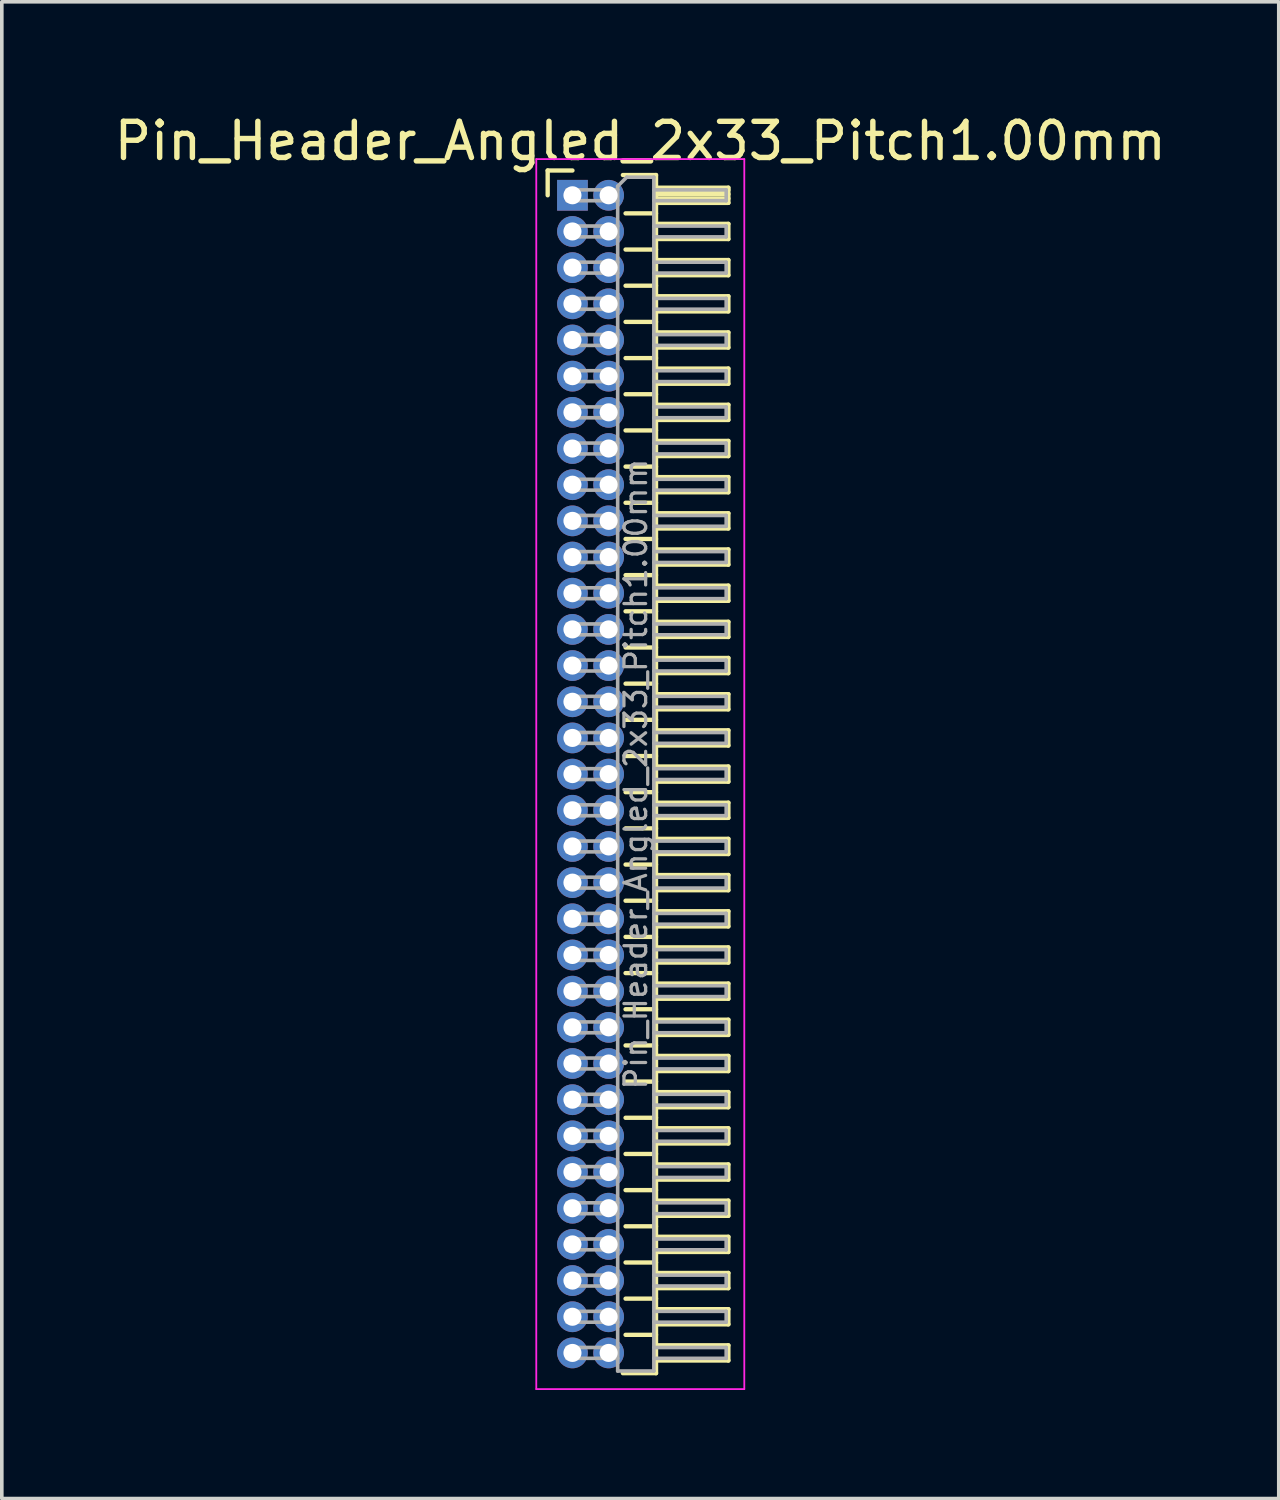
<source format=kicad_pcb>
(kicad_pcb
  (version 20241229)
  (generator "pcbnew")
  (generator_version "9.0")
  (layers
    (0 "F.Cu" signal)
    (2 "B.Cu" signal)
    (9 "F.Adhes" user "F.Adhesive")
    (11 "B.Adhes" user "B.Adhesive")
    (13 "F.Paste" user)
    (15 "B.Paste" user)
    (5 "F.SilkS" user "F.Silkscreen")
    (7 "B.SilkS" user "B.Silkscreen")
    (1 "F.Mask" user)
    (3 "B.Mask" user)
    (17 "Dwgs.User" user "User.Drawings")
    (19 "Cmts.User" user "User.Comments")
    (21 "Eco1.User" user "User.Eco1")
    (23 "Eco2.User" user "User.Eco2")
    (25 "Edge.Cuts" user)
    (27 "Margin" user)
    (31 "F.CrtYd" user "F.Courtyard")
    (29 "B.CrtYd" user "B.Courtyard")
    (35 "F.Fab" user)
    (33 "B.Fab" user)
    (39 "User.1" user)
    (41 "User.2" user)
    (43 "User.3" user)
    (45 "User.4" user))
  (footprint "Pin_Header_Angled_2x33_Pitch1.00mm"
    (layer "F.Cu")
    (at 12.774 2.348)
    (property "Reference" "Pin_Header_Angled_2x33_Pitch1.00mm" (at 1.875 -1.5 0) (layer "F.SilkS") (effects (font (size 1 1) (thickness 0.15))))
    (attr through_hole)
    (fp_line (start -0.685 -0.685) (end 0 -0.685) (stroke (width 0.12) (type solid)) (layer "F.SilkS"))
    (fp_line (start -0.685 0) (end -0.685 -0.685) (stroke (width 0.12) (type solid)) (layer "F.SilkS"))
    (fp_line (start 1.394 -0.56) (end 2.31 -0.56) (stroke (width 0.12) (type solid)) (layer "F.SilkS"))
    (fp_line (start 1.468 0.5) (end 2.31 0.5) (stroke (width 0.12) (type solid)) (layer "F.SilkS"))
    (fp_line (start 1.468 1.5) (end 2.31 1.5) (stroke (width 0.12) (type solid)) (layer "F.SilkS"))
    (fp_line (start 1.468 2.5) (end 2.31 2.5) (stroke (width 0.12) (type solid)) (layer "F.SilkS"))
    (fp_line (start 1.468 3.5) (end 2.31 3.5) (stroke (width 0.12) (type solid)) (layer "F.SilkS"))
    (fp_line (start 1.468 4.5) (end 2.31 4.5) (stroke (width 0.12) (type solid)) (layer "F.SilkS"))
    (fp_line (start 1.468 5.5) (end 2.31 5.5) (stroke (width 0.12) (type solid)) (layer "F.SilkS"))
    (fp_line (start 1.468 6.5) (end 2.31 6.5) (stroke (width 0.12) (type solid)) (layer "F.SilkS"))
    (fp_line (start 1.468 7.5) (end 2.31 7.5) (stroke (width 0.12) (type solid)) (layer "F.SilkS"))
    (fp_line (start 1.468 8.5) (end 2.31 8.5) (stroke (width 0.12) (type solid)) (layer "F.SilkS"))
    (fp_line (start 1.468 9.5) (end 2.31 9.5) (stroke (width 0.12) (type solid)) (layer "F.SilkS"))
    (fp_line (start 1.468 10.5) (end 2.31 10.5) (stroke (width 0.12) (type solid)) (layer "F.SilkS"))
    (fp_line (start 1.468 11.5) (end 2.31 11.5) (stroke (width 0.12) (type solid)) (layer "F.SilkS"))
    (fp_line (start 1.468 12.5) (end 2.31 12.5) (stroke (width 0.12) (type solid)) (layer "F.SilkS"))
    (fp_line (start 1.468 13.5) (end 2.31 13.5) (stroke (width 0.12) (type solid)) (layer "F.SilkS"))
    (fp_line (start 1.468 14.5) (end 2.31 14.5) (stroke (width 0.12) (type solid)) (layer "F.SilkS"))
    (fp_line (start 1.468 15.5) (end 2.31 15.5) (stroke (width 0.12) (type solid)) (layer "F.SilkS"))
    (fp_line (start 1.468 16.5) (end 2.31 16.5) (stroke (width 0.12) (type solid)) (layer "F.SilkS"))
    (fp_line (start 1.468 17.5) (end 2.31 17.5) (stroke (width 0.12) (type solid)) (layer "F.SilkS"))
    (fp_line (start 1.468 18.5) (end 2.31 18.5) (stroke (width 0.12) (type solid)) (layer "F.SilkS"))
    (fp_line (start 1.468 19.5) (end 2.31 19.5) (stroke (width 0.12) (type solid)) (layer "F.SilkS"))
    (fp_line (start 1.468 20.5) (end 2.31 20.5) (stroke (width 0.12) (type solid)) (layer "F.SilkS"))
    (fp_line (start 1.468 21.5) (end 2.31 21.5) (stroke (width 0.12) (type solid)) (layer "F.SilkS"))
    (fp_line (start 1.468 22.5) (end 2.31 22.5) (stroke (width 0.12) (type solid)) (layer "F.SilkS"))
    (fp_line (start 1.468 23.5) (end 2.31 23.5) (stroke (width 0.12) (type solid)) (layer "F.SilkS"))
    (fp_line (start 1.468 24.5) (end 2.31 24.5) (stroke (width 0.12) (type solid)) (layer "F.SilkS"))
    (fp_line (start 1.468 25.5) (end 2.31 25.5) (stroke (width 0.12) (type solid)) (layer "F.SilkS"))
    (fp_line (start 1.468 26.5) (end 2.31 26.5) (stroke (width 0.12) (type solid)) (layer "F.SilkS"))
    (fp_line (start 1.468 27.5) (end 2.31 27.5) (stroke (width 0.12) (type solid)) (layer "F.SilkS"))
    (fp_line (start 1.468 28.5) (end 2.31 28.5) (stroke (width 0.12) (type solid)) (layer "F.SilkS"))
    (fp_line (start 1.468 29.5) (end 2.31 29.5) (stroke (width 0.12) (type solid)) (layer "F.SilkS"))
    (fp_line (start 1.468 30.5) (end 2.31 30.5) (stroke (width 0.12) (type solid)) (layer "F.SilkS"))
    (fp_line (start 1.468 31.5) (end 2.31 31.5) (stroke (width 0.12) (type solid)) (layer "F.SilkS"))
    (fp_line (start 2.31 -0.56) (end 2.31 32.56) (stroke (width 0.12) (type solid)) (layer "F.SilkS"))
    (fp_line (start 2.31 -0.21) (end 4.31 -0.21) (stroke (width 0.12) (type solid)) (layer "F.SilkS"))
    (fp_line (start 2.31 -0.15) (end 4.31 -0.15) (stroke (width 0.12) (type solid)) (layer "F.SilkS"))
    (fp_line (start 2.31 -0.03) (end 4.31 -0.03) (stroke (width 0.12) (type solid)) (layer "F.SilkS"))
    (fp_line (start 2.31 0.09) (end 4.31 0.09) (stroke (width 0.12) (type solid)) (layer "F.SilkS"))
    (fp_line (start 2.31 0.79) (end 4.31 0.79) (stroke (width 0.12) (type solid)) (layer "F.SilkS"))
    (fp_line (start 2.31 1.79) (end 4.31 1.79) (stroke (width 0.12) (type solid)) (layer "F.SilkS"))
    (fp_line (start 2.31 2.79) (end 4.31 2.79) (stroke (width 0.12) (type solid)) (layer "F.SilkS"))
    (fp_line (start 2.31 3.79) (end 4.31 3.79) (stroke (width 0.12) (type solid)) (layer "F.SilkS"))
    (fp_line (start 2.31 4.79) (end 4.31 4.79) (stroke (width 0.12) (type solid)) (layer "F.SilkS"))
    (fp_line (start 2.31 5.79) (end 4.31 5.79) (stroke (width 0.12) (type solid)) (layer "F.SilkS"))
    (fp_line (start 2.31 6.79) (end 4.31 6.79) (stroke (width 0.12) (type solid)) (layer "F.SilkS"))
    (fp_line (start 2.31 7.79) (end 4.31 7.79) (stroke (width 0.12) (type solid)) (layer "F.SilkS"))
    (fp_line (start 2.31 8.79) (end 4.31 8.79) (stroke (width 0.12) (type solid)) (layer "F.SilkS"))
    (fp_line (start 2.31 9.79) (end 4.31 9.79) (stroke (width 0.12) (type solid)) (layer "F.SilkS"))
    (fp_line (start 2.31 10.79) (end 4.31 10.79) (stroke (width 0.12) (type solid)) (layer "F.SilkS"))
    (fp_line (start 2.31 11.79) (end 4.31 11.79) (stroke (width 0.12) (type solid)) (layer "F.SilkS"))
    (fp_line (start 2.31 12.79) (end 4.31 12.79) (stroke (width 0.12) (type solid)) (layer "F.SilkS"))
    (fp_line (start 2.31 13.79) (end 4.31 13.79) (stroke (width 0.12) (type solid)) (layer "F.SilkS"))
    (fp_line (start 2.31 14.79) (end 4.31 14.79) (stroke (width 0.12) (type solid)) (layer "F.SilkS"))
    (fp_line (start 2.31 15.79) (end 4.31 15.79) (stroke (width 0.12) (type solid)) (layer "F.SilkS"))
    (fp_line (start 2.31 16.79) (end 4.31 16.79) (stroke (width 0.12) (type solid)) (layer "F.SilkS"))
    (fp_line (start 2.31 17.79) (end 4.31 17.79) (stroke (width 0.12) (type solid)) (layer "F.SilkS"))
    (fp_line (start 2.31 18.79) (end 4.31 18.79) (stroke (width 0.12) (type solid)) (layer "F.SilkS"))
    (fp_line (start 2.31 19.79) (end 4.31 19.79) (stroke (width 0.12) (type solid)) (layer "F.SilkS"))
    (fp_line (start 2.31 20.79) (end 4.31 20.79) (stroke (width 0.12) (type solid)) (layer "F.SilkS"))
    (fp_line (start 2.31 21.79) (end 4.31 21.79) (stroke (width 0.12) (type solid)) (layer "F.SilkS"))
    (fp_line (start 2.31 22.79) (end 4.31 22.79) (stroke (width 0.12) (type solid)) (layer "F.SilkS"))
    (fp_line (start 2.31 23.79) (end 4.31 23.79) (stroke (width 0.12) (type solid)) (layer "F.SilkS"))
    (fp_line (start 2.31 24.79) (end 4.31 24.79) (stroke (width 0.12) (type solid)) (layer "F.SilkS"))
    (fp_line (start 2.31 25.79) (end 4.31 25.79) (stroke (width 0.12) (type solid)) (layer "F.SilkS"))
    (fp_line (start 2.31 26.79) (end 4.31 26.79) (stroke (width 0.12) (type solid)) (layer "F.SilkS"))
    (fp_line (start 2.31 27.79) (end 4.31 27.79) (stroke (width 0.12) (type solid)) (layer "F.SilkS"))
    (fp_line (start 2.31 28.79) (end 4.31 28.79) (stroke (width 0.12) (type solid)) (layer "F.SilkS"))
    (fp_line (start 2.31 29.79) (end 4.31 29.79) (stroke (width 0.12) (type solid)) (layer "F.SilkS"))
    (fp_line (start 2.31 30.79) (end 4.31 30.79) (stroke (width 0.12) (type solid)) (layer "F.SilkS"))
    (fp_line (start 2.31 31.79) (end 4.31 31.79) (stroke (width 0.12) (type solid)) (layer "F.SilkS"))
    (fp_line (start 2.31 32.56) (end 1.394 32.56) (stroke (width 0.12) (type solid)) (layer "F.SilkS"))
    (fp_line (start 4.31 -0.21) (end 4.31 0.21) (stroke (width 0.12) (type solid)) (layer "F.SilkS"))
    (fp_line (start 4.31 0.21) (end 2.31 0.21) (stroke (width 0.12) (type solid)) (layer "F.SilkS"))
    (fp_line (start 4.31 0.79) (end 4.31 1.21) (stroke (width 0.12) (type solid)) (layer "F.SilkS"))
    (fp_line (start 4.31 1.21) (end 2.31 1.21) (stroke (width 0.12) (type solid)) (layer "F.SilkS"))
    (fp_line (start 4.31 1.79) (end 4.31 2.21) (stroke (width 0.12) (type solid)) (layer "F.SilkS"))
    (fp_line (start 4.31 2.21) (end 2.31 2.21) (stroke (width 0.12) (type solid)) (layer "F.SilkS"))
    (fp_line (start 4.31 2.79) (end 4.31 3.21) (stroke (width 0.12) (type solid)) (layer "F.SilkS"))
    (fp_line (start 4.31 3.21) (end 2.31 3.21) (stroke (width 0.12) (type solid)) (layer "F.SilkS"))
    (fp_line (start 4.31 3.79) (end 4.31 4.21) (stroke (width 0.12) (type solid)) (layer "F.SilkS"))
    (fp_line (start 4.31 4.21) (end 2.31 4.21) (stroke (width 0.12) (type solid)) (layer "F.SilkS"))
    (fp_line (start 4.31 4.79) (end 4.31 5.21) (stroke (width 0.12) (type solid)) (layer "F.SilkS"))
    (fp_line (start 4.31 5.21) (end 2.31 5.21) (stroke (width 0.12) (type solid)) (layer "F.SilkS"))
    (fp_line (start 4.31 5.79) (end 4.31 6.21) (stroke (width 0.12) (type solid)) (layer "F.SilkS"))
    (fp_line (start 4.31 6.21) (end 2.31 6.21) (stroke (width 0.12) (type solid)) (layer "F.SilkS"))
    (fp_line (start 4.31 6.79) (end 4.31 7.21) (stroke (width 0.12) (type solid)) (layer "F.SilkS"))
    (fp_line (start 4.31 7.21) (end 2.31 7.21) (stroke (width 0.12) (type solid)) (layer "F.SilkS"))
    (fp_line (start 4.31 7.79) (end 4.31 8.21) (stroke (width 0.12) (type solid)) (layer "F.SilkS"))
    (fp_line (start 4.31 8.21) (end 2.31 8.21) (stroke (width 0.12) (type solid)) (layer "F.SilkS"))
    (fp_line (start 4.31 8.79) (end 4.31 9.21) (stroke (width 0.12) (type solid)) (layer "F.SilkS"))
    (fp_line (start 4.31 9.21) (end 2.31 9.21) (stroke (width 0.12) (type solid)) (layer "F.SilkS"))
    (fp_line (start 4.31 9.79) (end 4.31 10.21) (stroke (width 0.12) (type solid)) (layer "F.SilkS"))
    (fp_line (start 4.31 10.21) (end 2.31 10.21) (stroke (width 0.12) (type solid)) (layer "F.SilkS"))
    (fp_line (start 4.31 10.79) (end 4.31 11.21) (stroke (width 0.12) (type solid)) (layer "F.SilkS"))
    (fp_line (start 4.31 11.21) (end 2.31 11.21) (stroke (width 0.12) (type solid)) (layer "F.SilkS"))
    (fp_line (start 4.31 11.79) (end 4.31 12.21) (stroke (width 0.12) (type solid)) (layer "F.SilkS"))
    (fp_line (start 4.31 12.21) (end 2.31 12.21) (stroke (width 0.12) (type solid)) (layer "F.SilkS"))
    (fp_line (start 4.31 12.79) (end 4.31 13.21) (stroke (width 0.12) (type solid)) (layer "F.SilkS"))
    (fp_line (start 4.31 13.21) (end 2.31 13.21) (stroke (width 0.12) (type solid)) (layer "F.SilkS"))
    (fp_line (start 4.31 13.79) (end 4.31 14.21) (stroke (width 0.12) (type solid)) (layer "F.SilkS"))
    (fp_line (start 4.31 14.21) (end 2.31 14.21) (stroke (width 0.12) (type solid)) (layer "F.SilkS"))
    (fp_line (start 4.31 14.79) (end 4.31 15.21) (stroke (width 0.12) (type solid)) (layer "F.SilkS"))
    (fp_line (start 4.31 15.21) (end 2.31 15.21) (stroke (width 0.12) (type solid)) (layer "F.SilkS"))
    (fp_line (start 4.31 15.79) (end 4.31 16.21) (stroke (width 0.12) (type solid)) (layer "F.SilkS"))
    (fp_line (start 4.31 16.21) (end 2.31 16.21) (stroke (width 0.12) (type solid)) (layer "F.SilkS"))
    (fp_line (start 4.31 16.79) (end 4.31 17.21) (stroke (width 0.12) (type solid)) (layer "F.SilkS"))
    (fp_line (start 4.31 17.21) (end 2.31 17.21) (stroke (width 0.12) (type solid)) (layer "F.SilkS"))
    (fp_line (start 4.31 17.79) (end 4.31 18.21) (stroke (width 0.12) (type solid)) (layer "F.SilkS"))
    (fp_line (start 4.31 18.21) (end 2.31 18.21) (stroke (width 0.12) (type solid)) (layer "F.SilkS"))
    (fp_line (start 4.31 18.79) (end 4.31 19.21) (stroke (width 0.12) (type solid)) (layer "F.SilkS"))
    (fp_line (start 4.31 19.21) (end 2.31 19.21) (stroke (width 0.12) (type solid)) (layer "F.SilkS"))
    (fp_line (start 4.31 19.79) (end 4.31 20.21) (stroke (width 0.12) (type solid)) (layer "F.SilkS"))
    (fp_line (start 4.31 20.21) (end 2.31 20.21) (stroke (width 0.12) (type solid)) (layer "F.SilkS"))
    (fp_line (start 4.31 20.79) (end 4.31 21.21) (stroke (width 0.12) (type solid)) (layer "F.SilkS"))
    (fp_line (start 4.31 21.21) (end 2.31 21.21) (stroke (width 0.12) (type solid)) (layer "F.SilkS"))
    (fp_line (start 4.31 21.79) (end 4.31 22.21) (stroke (width 0.12) (type solid)) (layer "F.SilkS"))
    (fp_line (start 4.31 22.21) (end 2.31 22.21) (stroke (width 0.12) (type solid)) (layer "F.SilkS"))
    (fp_line (start 4.31 22.79) (end 4.31 23.21) (stroke (width 0.12) (type solid)) (layer "F.SilkS"))
    (fp_line (start 4.31 23.21) (end 2.31 23.21) (stroke (width 0.12) (type solid)) (layer "F.SilkS"))
    (fp_line (start 4.31 23.79) (end 4.31 24.21) (stroke (width 0.12) (type solid)) (layer "F.SilkS"))
    (fp_line (start 4.31 24.21) (end 2.31 24.21) (stroke (width 0.12) (type solid)) (layer "F.SilkS"))
    (fp_line (start 4.31 24.79) (end 4.31 25.21) (stroke (width 0.12) (type solid)) (layer "F.SilkS"))
    (fp_line (start 4.31 25.21) (end 2.31 25.21) (stroke (width 0.12) (type solid)) (layer "F.SilkS"))
    (fp_line (start 4.31 25.79) (end 4.31 26.21) (stroke (width 0.12) (type solid)) (layer "F.SilkS"))
    (fp_line (start 4.31 26.21) (end 2.31 26.21) (stroke (width 0.12) (type solid)) (layer "F.SilkS"))
    (fp_line (start 4.31 26.79) (end 4.31 27.21) (stroke (width 0.12) (type solid)) (layer "F.SilkS"))
    (fp_line (start 4.31 27.21) (end 2.31 27.21) (stroke (width 0.12) (type solid)) (layer "F.SilkS"))
    (fp_line (start 4.31 27.79) (end 4.31 28.21) (stroke (width 0.12) (type solid)) (layer "F.SilkS"))
    (fp_line (start 4.31 28.21) (end 2.31 28.21) (stroke (width 0.12) (type solid)) (layer "F.SilkS"))
    (fp_line (start 4.31 28.79) (end 4.31 29.21) (stroke (width 0.12) (type solid)) (layer "F.SilkS"))
    (fp_line (start 4.31 29.21) (end 2.31 29.21) (stroke (width 0.12) (type solid)) (layer "F.SilkS"))
    (fp_line (start 4.31 29.79) (end 4.31 30.21) (stroke (width 0.12) (type solid)) (layer "F.SilkS"))
    (fp_line (start 4.31 30.21) (end 2.31 30.21) (stroke (width 0.12) (type solid)) (layer "F.SilkS"))
    (fp_line (start 4.31 30.79) (end 4.31 31.21) (stroke (width 0.12) (type solid)) (layer "F.SilkS"))
    (fp_line (start 4.31 31.21) (end 2.31 31.21) (stroke (width 0.12) (type solid)) (layer "F.SilkS"))
    (fp_line (start 4.31 31.79) (end 4.31 32.21) (stroke (width 0.12) (type solid)) (layer "F.SilkS"))
    (fp_line (start 4.31 32.21) (end 2.31 32.21) (stroke (width 0.12) (type solid)) (layer "F.SilkS"))
    (fp_line (start -1 -1) (end -1 33) (stroke (width 0.05) (type solid)) (layer "F.CrtYd"))
    (fp_line (start -1 33) (end 4.75 33) (stroke (width 0.05) (type solid)) (layer "F.CrtYd"))
    (fp_line (start 4.75 -1) (end -1 -1) (stroke (width 0.05) (type solid)) (layer "F.CrtYd"))
    (fp_line (start 4.75 33) (end 4.75 -1) (stroke (width 0.05) (type solid)) (layer "F.CrtYd"))
    (fp_line (start -0.15 -0.15) (end -0.15 0.15) (stroke (width 0.1) (type solid)) (layer "F.Fab"))
    (fp_line (start -0.15 -0.15) (end 1.25 -0.15) (stroke (width 0.1) (type solid)) (layer "F.Fab"))
    (fp_line (start -0.15 0.15) (end 1.25 0.15) (stroke (width 0.1) (type solid)) (layer "F.Fab"))
    (fp_line (start -0.15 0.85) (end -0.15 1.15) (stroke (width 0.1) (type solid)) (layer "F.Fab"))
    (fp_line (start -0.15 0.85) (end 1.25 0.85) (stroke (width 0.1) (type solid)) (layer "F.Fab"))
    (fp_line (start -0.15 1.15) (end 1.25 1.15) (stroke (width 0.1) (type solid)) (layer "F.Fab"))
    (fp_line (start -0.15 1.85) (end -0.15 2.15) (stroke (width 0.1) (type solid)) (layer "F.Fab"))
    (fp_line (start -0.15 1.85) (end 1.25 1.85) (stroke (width 0.1) (type solid)) (layer "F.Fab"))
    (fp_line (start -0.15 2.15) (end 1.25 2.15) (stroke (width 0.1) (type solid)) (layer "F.Fab"))
    (fp_line (start -0.15 2.85) (end -0.15 3.15) (stroke (width 0.1) (type solid)) (layer "F.Fab"))
    (fp_line (start -0.15 2.85) (end 1.25 2.85) (stroke (width 0.1) (type solid)) (layer "F.Fab"))
    (fp_line (start -0.15 3.15) (end 1.25 3.15) (stroke (width 0.1) (type solid)) (layer "F.Fab"))
    (fp_line (start -0.15 3.85) (end -0.15 4.15) (stroke (width 0.1) (type solid)) (layer "F.Fab"))
    (fp_line (start -0.15 3.85) (end 1.25 3.85) (stroke (width 0.1) (type solid)) (layer "F.Fab"))
    (fp_line (start -0.15 4.15) (end 1.25 4.15) (stroke (width 0.1) (type solid)) (layer "F.Fab"))
    (fp_line (start -0.15 4.85) (end -0.15 5.15) (stroke (width 0.1) (type solid)) (layer "F.Fab"))
    (fp_line (start -0.15 4.85) (end 1.25 4.85) (stroke (width 0.1) (type solid)) (layer "F.Fab"))
    (fp_line (start -0.15 5.15) (end 1.25 5.15) (stroke (width 0.1) (type solid)) (layer "F.Fab"))
    (fp_line (start -0.15 5.85) (end -0.15 6.15) (stroke (width 0.1) (type solid)) (layer "F.Fab"))
    (fp_line (start -0.15 5.85) (end 1.25 5.85) (stroke (width 0.1) (type solid)) (layer "F.Fab"))
    (fp_line (start -0.15 6.15) (end 1.25 6.15) (stroke (width 0.1) (type solid)) (layer "F.Fab"))
    (fp_line (start -0.15 6.85) (end -0.15 7.15) (stroke (width 0.1) (type solid)) (layer "F.Fab"))
    (fp_line (start -0.15 6.85) (end 1.25 6.85) (stroke (width 0.1) (type solid)) (layer "F.Fab"))
    (fp_line (start -0.15 7.15) (end 1.25 7.15) (stroke (width 0.1) (type solid)) (layer "F.Fab"))
    (fp_line (start -0.15 7.85) (end -0.15 8.15) (stroke (width 0.1) (type solid)) (layer "F.Fab"))
    (fp_line (start -0.15 7.85) (end 1.25 7.85) (stroke (width 0.1) (type solid)) (layer "F.Fab"))
    (fp_line (start -0.15 8.15) (end 1.25 8.15) (stroke (width 0.1) (type solid)) (layer "F.Fab"))
    (fp_line (start -0.15 8.85) (end -0.15 9.15) (stroke (width 0.1) (type solid)) (layer "F.Fab"))
    (fp_line (start -0.15 8.85) (end 1.25 8.85) (stroke (width 0.1) (type solid)) (layer "F.Fab"))
    (fp_line (start -0.15 9.15) (end 1.25 9.15) (stroke (width 0.1) (type solid)) (layer "F.Fab"))
    (fp_line (start -0.15 9.85) (end -0.15 10.15) (stroke (width 0.1) (type solid)) (layer "F.Fab"))
    (fp_line (start -0.15 9.85) (end 1.25 9.85) (stroke (width 0.1) (type solid)) (layer "F.Fab"))
    (fp_line (start -0.15 10.15) (end 1.25 10.15) (stroke (width 0.1) (type solid)) (layer "F.Fab"))
    (fp_line (start -0.15 10.85) (end -0.15 11.15) (stroke (width 0.1) (type solid)) (layer "F.Fab"))
    (fp_line (start -0.15 10.85) (end 1.25 10.85) (stroke (width 0.1) (type solid)) (layer "F.Fab"))
    (fp_line (start -0.15 11.15) (end 1.25 11.15) (stroke (width 0.1) (type solid)) (layer "F.Fab"))
    (fp_line (start -0.15 11.85) (end -0.15 12.15) (stroke (width 0.1) (type solid)) (layer "F.Fab"))
    (fp_line (start -0.15 11.85) (end 1.25 11.85) (stroke (width 0.1) (type solid)) (layer "F.Fab"))
    (fp_line (start -0.15 12.15) (end 1.25 12.15) (stroke (width 0.1) (type solid)) (layer "F.Fab"))
    (fp_line (start -0.15 12.85) (end -0.15 13.15) (stroke (width 0.1) (type solid)) (layer "F.Fab"))
    (fp_line (start -0.15 12.85) (end 1.25 12.85) (stroke (width 0.1) (type solid)) (layer "F.Fab"))
    (fp_line (start -0.15 13.15) (end 1.25 13.15) (stroke (width 0.1) (type solid)) (layer "F.Fab"))
    (fp_line (start -0.15 13.85) (end -0.15 14.15) (stroke (width 0.1) (type solid)) (layer "F.Fab"))
    (fp_line (start -0.15 13.85) (end 1.25 13.85) (stroke (width 0.1) (type solid)) (layer "F.Fab"))
    (fp_line (start -0.15 14.15) (end 1.25 14.15) (stroke (width 0.1) (type solid)) (layer "F.Fab"))
    (fp_line (start -0.15 14.85) (end -0.15 15.15) (stroke (width 0.1) (type solid)) (layer "F.Fab"))
    (fp_line (start -0.15 14.85) (end 1.25 14.85) (stroke (width 0.1) (type solid)) (layer "F.Fab"))
    (fp_line (start -0.15 15.15) (end 1.25 15.15) (stroke (width 0.1) (type solid)) (layer "F.Fab"))
    (fp_line (start -0.15 15.85) (end -0.15 16.15) (stroke (width 0.1) (type solid)) (layer "F.Fab"))
    (fp_line (start -0.15 15.85) (end 1.25 15.85) (stroke (width 0.1) (type solid)) (layer "F.Fab"))
    (fp_line (start -0.15 16.15) (end 1.25 16.15) (stroke (width 0.1) (type solid)) (layer "F.Fab"))
    (fp_line (start -0.15 16.85) (end -0.15 17.15) (stroke (width 0.1) (type solid)) (layer "F.Fab"))
    (fp_line (start -0.15 16.85) (end 1.25 16.85) (stroke (width 0.1) (type solid)) (layer "F.Fab"))
    (fp_line (start -0.15 17.15) (end 1.25 17.15) (stroke (width 0.1) (type solid)) (layer "F.Fab"))
    (fp_line (start -0.15 17.85) (end -0.15 18.15) (stroke (width 0.1) (type solid)) (layer "F.Fab"))
    (fp_line (start -0.15 17.85) (end 1.25 17.85) (stroke (width 0.1) (type solid)) (layer "F.Fab"))
    (fp_line (start -0.15 18.15) (end 1.25 18.15) (stroke (width 0.1) (type solid)) (layer "F.Fab"))
    (fp_line (start -0.15 18.85) (end -0.15 19.15) (stroke (width 0.1) (type solid)) (layer "F.Fab"))
    (fp_line (start -0.15 18.85) (end 1.25 18.85) (stroke (width 0.1) (type solid)) (layer "F.Fab"))
    (fp_line (start -0.15 19.15) (end 1.25 19.15) (stroke (width 0.1) (type solid)) (layer "F.Fab"))
    (fp_line (start -0.15 19.85) (end -0.15 20.15) (stroke (width 0.1) (type solid)) (layer "F.Fab"))
    (fp_line (start -0.15 19.85) (end 1.25 19.85) (stroke (width 0.1) (type solid)) (layer "F.Fab"))
    (fp_line (start -0.15 20.15) (end 1.25 20.15) (stroke (width 0.1) (type solid)) (layer "F.Fab"))
    (fp_line (start -0.15 20.85) (end -0.15 21.15) (stroke (width 0.1) (type solid)) (layer "F.Fab"))
    (fp_line (start -0.15 20.85) (end 1.25 20.85) (stroke (width 0.1) (type solid)) (layer "F.Fab"))
    (fp_line (start -0.15 21.15) (end 1.25 21.15) (stroke (width 0.1) (type solid)) (layer "F.Fab"))
    (fp_line (start -0.15 21.85) (end -0.15 22.15) (stroke (width 0.1) (type solid)) (layer "F.Fab"))
    (fp_line (start -0.15 21.85) (end 1.25 21.85) (stroke (width 0.1) (type solid)) (layer "F.Fab"))
    (fp_line (start -0.15 22.15) (end 1.25 22.15) (stroke (width 0.1) (type solid)) (layer "F.Fab"))
    (fp_line (start -0.15 22.85) (end -0.15 23.15) (stroke (width 0.1) (type solid)) (layer "F.Fab"))
    (fp_line (start -0.15 22.85) (end 1.25 22.85) (stroke (width 0.1) (type solid)) (layer "F.Fab"))
    (fp_line (start -0.15 23.15) (end 1.25 23.15) (stroke (width 0.1) (type solid)) (layer "F.Fab"))
    (fp_line (start -0.15 23.85) (end -0.15 24.15) (stroke (width 0.1) (type solid)) (layer "F.Fab"))
    (fp_line (start -0.15 23.85) (end 1.25 23.85) (stroke (width 0.1) (type solid)) (layer "F.Fab"))
    (fp_line (start -0.15 24.15) (end 1.25 24.15) (stroke (width 0.1) (type solid)) (layer "F.Fab"))
    (fp_line (start -0.15 24.85) (end -0.15 25.15) (stroke (width 0.1) (type solid)) (layer "F.Fab"))
    (fp_line (start -0.15 24.85) (end 1.25 24.85) (stroke (width 0.1) (type solid)) (layer "F.Fab"))
    (fp_line (start -0.15 25.15) (end 1.25 25.15) (stroke (width 0.1) (type solid)) (layer "F.Fab"))
    (fp_line (start -0.15 25.85) (end -0.15 26.15) (stroke (width 0.1) (type solid)) (layer "F.Fab"))
    (fp_line (start -0.15 25.85) (end 1.25 25.85) (stroke (width 0.1) (type solid)) (layer "F.Fab"))
    (fp_line (start -0.15 26.15) (end 1.25 26.15) (stroke (width 0.1) (type solid)) (layer "F.Fab"))
    (fp_line (start -0.15 26.85) (end -0.15 27.15) (stroke (width 0.1) (type solid)) (layer "F.Fab"))
    (fp_line (start -0.15 26.85) (end 1.25 26.85) (stroke (width 0.1) (type solid)) (layer "F.Fab"))
    (fp_line (start -0.15 27.15) (end 1.25 27.15) (stroke (width 0.1) (type solid)) (layer "F.Fab"))
    (fp_line (start -0.15 27.85) (end -0.15 28.15) (stroke (width 0.1) (type solid)) (layer "F.Fab"))
    (fp_line (start -0.15 27.85) (end 1.25 27.85) (stroke (width 0.1) (type solid)) (layer "F.Fab"))
    (fp_line (start -0.15 28.15) (end 1.25 28.15) (stroke (width 0.1) (type solid)) (layer "F.Fab"))
    (fp_line (start -0.15 28.85) (end -0.15 29.15) (stroke (width 0.1) (type solid)) (layer "F.Fab"))
    (fp_line (start -0.15 28.85) (end 1.25 28.85) (stroke (width 0.1) (type solid)) (layer "F.Fab"))
    (fp_line (start -0.15 29.15) (end 1.25 29.15) (stroke (width 0.1) (type solid)) (layer "F.Fab"))
    (fp_line (start -0.15 29.85) (end -0.15 30.15) (stroke (width 0.1) (type solid)) (layer "F.Fab"))
    (fp_line (start -0.15 29.85) (end 1.25 29.85) (stroke (width 0.1) (type solid)) (layer "F.Fab"))
    (fp_line (start -0.15 30.15) (end 1.25 30.15) (stroke (width 0.1) (type solid)) (layer "F.Fab"))
    (fp_line (start -0.15 30.85) (end -0.15 31.15) (stroke (width 0.1) (type solid)) (layer "F.Fab"))
    (fp_line (start -0.15 30.85) (end 1.25 30.85) (stroke (width 0.1) (type solid)) (layer "F.Fab"))
    (fp_line (start -0.15 31.15) (end 1.25 31.15) (stroke (width 0.1) (type solid)) (layer "F.Fab"))
    (fp_line (start -0.15 31.85) (end -0.15 32.15) (stroke (width 0.1) (type solid)) (layer "F.Fab"))
    (fp_line (start -0.15 31.85) (end 1.25 31.85) (stroke (width 0.1) (type solid)) (layer "F.Fab"))
    (fp_line (start -0.15 32.15) (end 1.25 32.15) (stroke (width 0.1) (type solid)) (layer "F.Fab"))
    (fp_line (start 1.25 -0.25) (end 1.5 -0.5) (stroke (width 0.1) (type solid)) (layer "F.Fab"))
    (fp_line (start 1.25 32.5) (end 1.25 -0.25) (stroke (width 0.1) (type solid)) (layer "F.Fab"))
    (fp_line (start 1.5 -0.5) (end 2.25 -0.5) (stroke (width 0.1) (type solid)) (layer "F.Fab"))
    (fp_line (start 2.25 -0.5) (end 2.25 32.5) (stroke (width 0.1) (type solid)) (layer "F.Fab"))
    (fp_line (start 2.25 -0.15) (end 4.25 -0.15) (stroke (width 0.1) (type solid)) (layer "F.Fab"))
    (fp_line (start 2.25 0.15) (end 4.25 0.15) (stroke (width 0.1) (type solid)) (layer "F.Fab"))
    (fp_line (start 2.25 0.85) (end 4.25 0.85) (stroke (width 0.1) (type solid)) (layer "F.Fab"))
    (fp_line (start 2.25 1.15) (end 4.25 1.15) (stroke (width 0.1) (type solid)) (layer "F.Fab"))
    (fp_line (start 2.25 1.85) (end 4.25 1.85) (stroke (width 0.1) (type solid)) (layer "F.Fab"))
    (fp_line (start 2.25 2.15) (end 4.25 2.15) (stroke (width 0.1) (type solid)) (layer "F.Fab"))
    (fp_line (start 2.25 2.85) (end 4.25 2.85) (stroke (width 0.1) (type solid)) (layer "F.Fab"))
    (fp_line (start 2.25 3.15) (end 4.25 3.15) (stroke (width 0.1) (type solid)) (layer "F.Fab"))
    (fp_line (start 2.25 3.85) (end 4.25 3.85) (stroke (width 0.1) (type solid)) (layer "F.Fab"))
    (fp_line (start 2.25 4.15) (end 4.25 4.15) (stroke (width 0.1) (type solid)) (layer "F.Fab"))
    (fp_line (start 2.25 4.85) (end 4.25 4.85) (stroke (width 0.1) (type solid)) (layer "F.Fab"))
    (fp_line (start 2.25 5.15) (end 4.25 5.15) (stroke (width 0.1) (type solid)) (layer "F.Fab"))
    (fp_line (start 2.25 5.85) (end 4.25 5.85) (stroke (width 0.1) (type solid)) (layer "F.Fab"))
    (fp_line (start 2.25 6.15) (end 4.25 6.15) (stroke (width 0.1) (type solid)) (layer "F.Fab"))
    (fp_line (start 2.25 6.85) (end 4.25 6.85) (stroke (width 0.1) (type solid)) (layer "F.Fab"))
    (fp_line (start 2.25 7.15) (end 4.25 7.15) (stroke (width 0.1) (type solid)) (layer "F.Fab"))
    (fp_line (start 2.25 7.85) (end 4.25 7.85) (stroke (width 0.1) (type solid)) (layer "F.Fab"))
    (fp_line (start 2.25 8.15) (end 4.25 8.15) (stroke (width 0.1) (type solid)) (layer "F.Fab"))
    (fp_line (start 2.25 8.85) (end 4.25 8.85) (stroke (width 0.1) (type solid)) (layer "F.Fab"))
    (fp_line (start 2.25 9.15) (end 4.25 9.15) (stroke (width 0.1) (type solid)) (layer "F.Fab"))
    (fp_line (start 2.25 9.85) (end 4.25 9.85) (stroke (width 0.1) (type solid)) (layer "F.Fab"))
    (fp_line (start 2.25 10.15) (end 4.25 10.15) (stroke (width 0.1) (type solid)) (layer "F.Fab"))
    (fp_line (start 2.25 10.85) (end 4.25 10.85) (stroke (width 0.1) (type solid)) (layer "F.Fab"))
    (fp_line (start 2.25 11.15) (end 4.25 11.15) (stroke (width 0.1) (type solid)) (layer "F.Fab"))
    (fp_line (start 2.25 11.85) (end 4.25 11.85) (stroke (width 0.1) (type solid)) (layer "F.Fab"))
    (fp_line (start 2.25 12.15) (end 4.25 12.15) (stroke (width 0.1) (type solid)) (layer "F.Fab"))
    (fp_line (start 2.25 12.85) (end 4.25 12.85) (stroke (width 0.1) (type solid)) (layer "F.Fab"))
    (fp_line (start 2.25 13.15) (end 4.25 13.15) (stroke (width 0.1) (type solid)) (layer "F.Fab"))
    (fp_line (start 2.25 13.85) (end 4.25 13.85) (stroke (width 0.1) (type solid)) (layer "F.Fab"))
    (fp_line (start 2.25 14.15) (end 4.25 14.15) (stroke (width 0.1) (type solid)) (layer "F.Fab"))
    (fp_line (start 2.25 14.85) (end 4.25 14.85) (stroke (width 0.1) (type solid)) (layer "F.Fab"))
    (fp_line (start 2.25 15.15) (end 4.25 15.15) (stroke (width 0.1) (type solid)) (layer "F.Fab"))
    (fp_line (start 2.25 15.85) (end 4.25 15.85) (stroke (width 0.1) (type solid)) (layer "F.Fab"))
    (fp_line (start 2.25 16.15) (end 4.25 16.15) (stroke (width 0.1) (type solid)) (layer "F.Fab"))
    (fp_line (start 2.25 16.85) (end 4.25 16.85) (stroke (width 0.1) (type solid)) (layer "F.Fab"))
    (fp_line (start 2.25 17.15) (end 4.25 17.15) (stroke (width 0.1) (type solid)) (layer "F.Fab"))
    (fp_line (start 2.25 17.85) (end 4.25 17.85) (stroke (width 0.1) (type solid)) (layer "F.Fab"))
    (fp_line (start 2.25 18.15) (end 4.25 18.15) (stroke (width 0.1) (type solid)) (layer "F.Fab"))
    (fp_line (start 2.25 18.85) (end 4.25 18.85) (stroke (width 0.1) (type solid)) (layer "F.Fab"))
    (fp_line (start 2.25 19.15) (end 4.25 19.15) (stroke (width 0.1) (type solid)) (layer "F.Fab"))
    (fp_line (start 2.25 19.85) (end 4.25 19.85) (stroke (width 0.1) (type solid)) (layer "F.Fab"))
    (fp_line (start 2.25 20.15) (end 4.25 20.15) (stroke (width 0.1) (type solid)) (layer "F.Fab"))
    (fp_line (start 2.25 20.85) (end 4.25 20.85) (stroke (width 0.1) (type solid)) (layer "F.Fab"))
    (fp_line (start 2.25 21.15) (end 4.25 21.15) (stroke (width 0.1) (type solid)) (layer "F.Fab"))
    (fp_line (start 2.25 21.85) (end 4.25 21.85) (stroke (width 0.1) (type solid)) (layer "F.Fab"))
    (fp_line (start 2.25 22.15) (end 4.25 22.15) (stroke (width 0.1) (type solid)) (layer "F.Fab"))
    (fp_line (start 2.25 22.85) (end 4.25 22.85) (stroke (width 0.1) (type solid)) (layer "F.Fab"))
    (fp_line (start 2.25 23.15) (end 4.25 23.15) (stroke (width 0.1) (type solid)) (layer "F.Fab"))
    (fp_line (start 2.25 23.85) (end 4.25 23.85) (stroke (width 0.1) (type solid)) (layer "F.Fab"))
    (fp_line (start 2.25 24.15) (end 4.25 24.15) (stroke (width 0.1) (type solid)) (layer "F.Fab"))
    (fp_line (start 2.25 24.85) (end 4.25 24.85) (stroke (width 0.1) (type solid)) (layer "F.Fab"))
    (fp_line (start 2.25 25.15) (end 4.25 25.15) (stroke (width 0.1) (type solid)) (layer "F.Fab"))
    (fp_line (start 2.25 25.85) (end 4.25 25.85) (stroke (width 0.1) (type solid)) (layer "F.Fab"))
    (fp_line (start 2.25 26.15) (end 4.25 26.15) (stroke (width 0.1) (type solid)) (layer "F.Fab"))
    (fp_line (start 2.25 26.85) (end 4.25 26.85) (stroke (width 0.1) (type solid)) (layer "F.Fab"))
    (fp_line (start 2.25 27.15) (end 4.25 27.15) (stroke (width 0.1) (type solid)) (layer "F.Fab"))
    (fp_line (start 2.25 27.85) (end 4.25 27.85) (stroke (width 0.1) (type solid)) (layer "F.Fab"))
    (fp_line (start 2.25 28.15) (end 4.25 28.15) (stroke (width 0.1) (type solid)) (layer "F.Fab"))
    (fp_line (start 2.25 28.85) (end 4.25 28.85) (stroke (width 0.1) (type solid)) (layer "F.Fab"))
    (fp_line (start 2.25 29.15) (end 4.25 29.15) (stroke (width 0.1) (type solid)) (layer "F.Fab"))
    (fp_line (start 2.25 29.85) (end 4.25 29.85) (stroke (width 0.1) (type solid)) (layer "F.Fab"))
    (fp_line (start 2.25 30.15) (end 4.25 30.15) (stroke (width 0.1) (type solid)) (layer "F.Fab"))
    (fp_line (start 2.25 30.85) (end 4.25 30.85) (stroke (width 0.1) (type solid)) (layer "F.Fab"))
    (fp_line (start 2.25 31.15) (end 4.25 31.15) (stroke (width 0.1) (type solid)) (layer "F.Fab"))
    (fp_line (start 2.25 31.85) (end 4.25 31.85) (stroke (width 0.1) (type solid)) (layer "F.Fab"))
    (fp_line (start 2.25 32.15) (end 4.25 32.15) (stroke (width 0.1) (type solid)) (layer "F.Fab"))
    (fp_line (start 2.25 32.5) (end 1.25 32.5) (stroke (width 0.1) (type solid)) (layer "F.Fab"))
    (fp_line (start 4.25 -0.15) (end 4.25 0.15) (stroke (width 0.1) (type solid)) (layer "F.Fab"))
    (fp_line (start 4.25 0.85) (end 4.25 1.15) (stroke (width 0.1) (type solid)) (layer "F.Fab"))
    (fp_line (start 4.25 1.85) (end 4.25 2.15) (stroke (width 0.1) (type solid)) (layer "F.Fab"))
    (fp_line (start 4.25 2.85) (end 4.25 3.15) (stroke (width 0.1) (type solid)) (layer "F.Fab"))
    (fp_line (start 4.25 3.85) (end 4.25 4.15) (stroke (width 0.1) (type solid)) (layer "F.Fab"))
    (fp_line (start 4.25 4.85) (end 4.25 5.15) (stroke (width 0.1) (type solid)) (layer "F.Fab"))
    (fp_line (start 4.25 5.85) (end 4.25 6.15) (stroke (width 0.1) (type solid)) (layer "F.Fab"))
    (fp_line (start 4.25 6.85) (end 4.25 7.15) (stroke (width 0.1) (type solid)) (layer "F.Fab"))
    (fp_line (start 4.25 7.85) (end 4.25 8.15) (stroke (width 0.1) (type solid)) (layer "F.Fab"))
    (fp_line (start 4.25 8.85) (end 4.25 9.15) (stroke (width 0.1) (type solid)) (layer "F.Fab"))
    (fp_line (start 4.25 9.85) (end 4.25 10.15) (stroke (width 0.1) (type solid)) (layer "F.Fab"))
    (fp_line (start 4.25 10.85) (end 4.25 11.15) (stroke (width 0.1) (type solid)) (layer "F.Fab"))
    (fp_line (start 4.25 11.85) (end 4.25 12.15) (stroke (width 0.1) (type solid)) (layer "F.Fab"))
    (fp_line (start 4.25 12.85) (end 4.25 13.15) (stroke (width 0.1) (type solid)) (layer "F.Fab"))
    (fp_line (start 4.25 13.85) (end 4.25 14.15) (stroke (width 0.1) (type solid)) (layer "F.Fab"))
    (fp_line (start 4.25 14.85) (end 4.25 15.15) (stroke (width 0.1) (type solid)) (layer "F.Fab"))
    (fp_line (start 4.25 15.85) (end 4.25 16.15) (stroke (width 0.1) (type solid)) (layer "F.Fab"))
    (fp_line (start 4.25 16.85) (end 4.25 17.15) (stroke (width 0.1) (type solid)) (layer "F.Fab"))
    (fp_line (start 4.25 17.85) (end 4.25 18.15) (stroke (width 0.1) (type solid)) (layer "F.Fab"))
    (fp_line (start 4.25 18.85) (end 4.25 19.15) (stroke (width 0.1) (type solid)) (layer "F.Fab"))
    (fp_line (start 4.25 19.85) (end 4.25 20.15) (stroke (width 0.1) (type solid)) (layer "F.Fab"))
    (fp_line (start 4.25 20.85) (end 4.25 21.15) (stroke (width 0.1) (type solid)) (layer "F.Fab"))
    (fp_line (start 4.25 21.85) (end 4.25 22.15) (stroke (width 0.1) (type solid)) (layer "F.Fab"))
    (fp_line (start 4.25 22.85) (end 4.25 23.15) (stroke (width 0.1) (type solid)) (layer "F.Fab"))
    (fp_line (start 4.25 23.85) (end 4.25 24.15) (stroke (width 0.1) (type solid)) (layer "F.Fab"))
    (fp_line (start 4.25 24.85) (end 4.25 25.15) (stroke (width 0.1) (type solid)) (layer "F.Fab"))
    (fp_line (start 4.25 25.85) (end 4.25 26.15) (stroke (width 0.1) (type solid)) (layer "F.Fab"))
    (fp_line (start 4.25 26.85) (end 4.25 27.15) (stroke (width 0.1) (type solid)) (layer "F.Fab"))
    (fp_line (start 4.25 27.85) (end 4.25 28.15) (stroke (width 0.1) (type solid)) (layer "F.Fab"))
    (fp_line (start 4.25 28.85) (end 4.25 29.15) (stroke (width 0.1) (type solid)) (layer "F.Fab"))
    (fp_line (start 4.25 29.85) (end 4.25 30.15) (stroke (width 0.1) (type solid)) (layer "F.Fab"))
    (fp_line (start 4.25 30.85) (end 4.25 31.15) (stroke (width 0.1) (type solid)) (layer "F.Fab"))
    (fp_line (start 4.25 31.85) (end 4.25 32.15) (stroke (width 0.1) (type solid)) (layer "F.Fab"))
    (fp_text user "${REFERENCE}" (at 1.75 16 90) (layer "F.Fab") (effects (font (size 0.6 0.6) (thickness 0.09))))
    (pad "1" thru_hole rect (at 0 0) (size 0.85 0.85) (drill 0.5) (layers "*.Cu" "*.Mask"))
    (pad "2" thru_hole oval (at 1 0) (size 0.85 0.85) (drill 0.5) (layers "*.Cu" "*.Mask"))
    (pad "3" thru_hole oval (at 0 1) (size 0.85 0.85) (drill 0.5) (layers "*.Cu" "*.Mask"))
    (pad "4" thru_hole oval (at 1 1) (size 0.85 0.85) (drill 0.5) (layers "*.Cu" "*.Mask"))
    (pad "5" thru_hole oval (at 0 2) (size 0.85 0.85) (drill 0.5) (layers "*.Cu" "*.Mask"))
    (pad "6" thru_hole oval (at 1 2) (size 0.85 0.85) (drill 0.5) (layers "*.Cu" "*.Mask"))
    (pad "7" thru_hole oval (at 0 3) (size 0.85 0.85) (drill 0.5) (layers "*.Cu" "*.Mask"))
    (pad "8" thru_hole oval (at 1 3) (size 0.85 0.85) (drill 0.5) (layers "*.Cu" "*.Mask"))
    (pad "9" thru_hole oval (at 0 4) (size 0.85 0.85) (drill 0.5) (layers "*.Cu" "*.Mask"))
    (pad "10" thru_hole oval (at 1 4) (size 0.85 0.85) (drill 0.5) (layers "*.Cu" "*.Mask"))
    (pad "11" thru_hole oval (at 0 5) (size 0.85 0.85) (drill 0.5) (layers "*.Cu" "*.Mask"))
    (pad "12" thru_hole oval (at 1 5) (size 0.85 0.85) (drill 0.5) (layers "*.Cu" "*.Mask"))
    (pad "13" thru_hole oval (at 0 6) (size 0.85 0.85) (drill 0.5) (layers "*.Cu" "*.Mask"))
    (pad "14" thru_hole oval (at 1 6) (size 0.85 0.85) (drill 0.5) (layers "*.Cu" "*.Mask"))
    (pad "15" thru_hole oval (at 0 7) (size 0.85 0.85) (drill 0.5) (layers "*.Cu" "*.Mask"))
    (pad "16" thru_hole oval (at 1 7) (size 0.85 0.85) (drill 0.5) (layers "*.Cu" "*.Mask"))
    (pad "17" thru_hole oval (at 0 8) (size 0.85 0.85) (drill 0.5) (layers "*.Cu" "*.Mask"))
    (pad "18" thru_hole oval (at 1 8) (size 0.85 0.85) (drill 0.5) (layers "*.Cu" "*.Mask"))
    (pad "19" thru_hole oval (at 0 9) (size 0.85 0.85) (drill 0.5) (layers "*.Cu" "*.Mask"))
    (pad "20" thru_hole oval (at 1 9) (size 0.85 0.85) (drill 0.5) (layers "*.Cu" "*.Mask"))
    (pad "21" thru_hole oval (at 0 10) (size 0.85 0.85) (drill 0.5) (layers "*.Cu" "*.Mask"))
    (pad "22" thru_hole oval (at 1 10) (size 0.85 0.85) (drill 0.5) (layers "*.Cu" "*.Mask"))
    (pad "23" thru_hole oval (at 0 11) (size 0.85 0.85) (drill 0.5) (layers "*.Cu" "*.Mask"))
    (pad "24" thru_hole oval (at 1 11) (size 0.85 0.85) (drill 0.5) (layers "*.Cu" "*.Mask"))
    (pad "25" thru_hole oval (at 0 12) (size 0.85 0.85) (drill 0.5) (layers "*.Cu" "*.Mask"))
    (pad "26" thru_hole oval (at 1 12) (size 0.85 0.85) (drill 0.5) (layers "*.Cu" "*.Mask"))
    (pad "27" thru_hole oval (at 0 13) (size 0.85 0.85) (drill 0.5) (layers "*.Cu" "*.Mask"))
    (pad "28" thru_hole oval (at 1 13) (size 0.85 0.85) (drill 0.5) (layers "*.Cu" "*.Mask"))
    (pad "29" thru_hole oval (at 0 14) (size 0.85 0.85) (drill 0.5) (layers "*.Cu" "*.Mask"))
    (pad "30" thru_hole oval (at 1 14) (size 0.85 0.85) (drill 0.5) (layers "*.Cu" "*.Mask"))
    (pad "31" thru_hole oval (at 0 15) (size 0.85 0.85) (drill 0.5) (layers "*.Cu" "*.Mask"))
    (pad "32" thru_hole oval (at 1 15) (size 0.85 0.85) (drill 0.5) (layers "*.Cu" "*.Mask"))
    (pad "33" thru_hole oval (at 0 16) (size 0.85 0.85) (drill 0.5) (layers "*.Cu" "*.Mask"))
    (pad "34" thru_hole oval (at 1 16) (size 0.85 0.85) (drill 0.5) (layers "*.Cu" "*.Mask"))
    (pad "35" thru_hole oval (at 0 17) (size 0.85 0.85) (drill 0.5) (layers "*.Cu" "*.Mask"))
    (pad "36" thru_hole oval (at 1 17) (size 0.85 0.85) (drill 0.5) (layers "*.Cu" "*.Mask"))
    (pad "37" thru_hole oval (at 0 18) (size 0.85 0.85) (drill 0.5) (layers "*.Cu" "*.Mask"))
    (pad "38" thru_hole oval (at 1 18) (size 0.85 0.85) (drill 0.5) (layers "*.Cu" "*.Mask"))
    (pad "39" thru_hole oval (at 0 19) (size 0.85 0.85) (drill 0.5) (layers "*.Cu" "*.Mask"))
    (pad "40" thru_hole oval (at 1 19) (size 0.85 0.85) (drill 0.5) (layers "*.Cu" "*.Mask"))
    (pad "41" thru_hole oval (at 0 20) (size 0.85 0.85) (drill 0.5) (layers "*.Cu" "*.Mask"))
    (pad "42" thru_hole oval (at 1 20) (size 0.85 0.85) (drill 0.5) (layers "*.Cu" "*.Mask"))
    (pad "43" thru_hole oval (at 0 21) (size 0.85 0.85) (drill 0.5) (layers "*.Cu" "*.Mask"))
    (pad "44" thru_hole oval (at 1 21) (size 0.85 0.85) (drill 0.5) (layers "*.Cu" "*.Mask"))
    (pad "45" thru_hole oval (at 0 22) (size 0.85 0.85) (drill 0.5) (layers "*.Cu" "*.Mask"))
    (pad "46" thru_hole oval (at 1 22) (size 0.85 0.85) (drill 0.5) (layers "*.Cu" "*.Mask"))
    (pad "47" thru_hole oval (at 0 23) (size 0.85 0.85) (drill 0.5) (layers "*.Cu" "*.Mask"))
    (pad "48" thru_hole oval (at 1 23) (size 0.85 0.85) (drill 0.5) (layers "*.Cu" "*.Mask"))
    (pad "49" thru_hole oval (at 0 24) (size 0.85 0.85) (drill 0.5) (layers "*.Cu" "*.Mask"))
    (pad "50" thru_hole oval (at 1 24) (size 0.85 0.85) (drill 0.5) (layers "*.Cu" "*.Mask"))
    (pad "51" thru_hole oval (at 0 25) (size 0.85 0.85) (drill 0.5) (layers "*.Cu" "*.Mask"))
    (pad "52" thru_hole oval (at 1 25) (size 0.85 0.85) (drill 0.5) (layers "*.Cu" "*.Mask"))
    (pad "53" thru_hole oval (at 0 26) (size 0.85 0.85) (drill 0.5) (layers "*.Cu" "*.Mask"))
    (pad "54" thru_hole oval (at 1 26) (size 0.85 0.85) (drill 0.5) (layers "*.Cu" "*.Mask"))
    (pad "55" thru_hole oval (at 0 27) (size 0.85 0.85) (drill 0.5) (layers "*.Cu" "*.Mask"))
    (pad "56" thru_hole oval (at 1 27) (size 0.85 0.85) (drill 0.5) (layers "*.Cu" "*.Mask"))
    (pad "57" thru_hole oval (at 0 28) (size 0.85 0.85) (drill 0.5) (layers "*.Cu" "*.Mask"))
    (pad "58" thru_hole oval (at 1 28) (size 0.85 0.85) (drill 0.5) (layers "*.Cu" "*.Mask"))
    (pad "59" thru_hole oval (at 0 29) (size 0.85 0.85) (drill 0.5) (layers "*.Cu" "*.Mask"))
    (pad "60" thru_hole oval (at 1 29) (size 0.85 0.85) (drill 0.5) (layers "*.Cu" "*.Mask"))
    (pad "61" thru_hole oval (at 0 30) (size 0.85 0.85) (drill 0.5) (layers "*.Cu" "*.Mask"))
    (pad "62" thru_hole oval (at 1 30) (size 0.85 0.85) (drill 0.5) (layers "*.Cu" "*.Mask"))
    (pad "63" thru_hole oval (at 0 31) (size 0.85 0.85) (drill 0.5) (layers "*.Cu" "*.Mask"))
    (pad "64" thru_hole oval (at 1 31) (size 0.85 0.85) (drill 0.5) (layers "*.Cu" "*.Mask"))
    (pad "65" thru_hole oval (at 0 32) (size 0.85 0.85) (drill 0.5) (layers "*.Cu" "*.Mask"))
    (pad "66" thru_hole oval (at 1 32) (size 0.85 0.85) (drill 0.5) (layers "*.Cu" "*.Mask")))
  (gr_rect
    (start -3 -3)
    (end 32.298 38.373)
    (stroke (width 0.1) (type default))
    (fill no)
    (layer "Edge.Cuts")))
</source>
